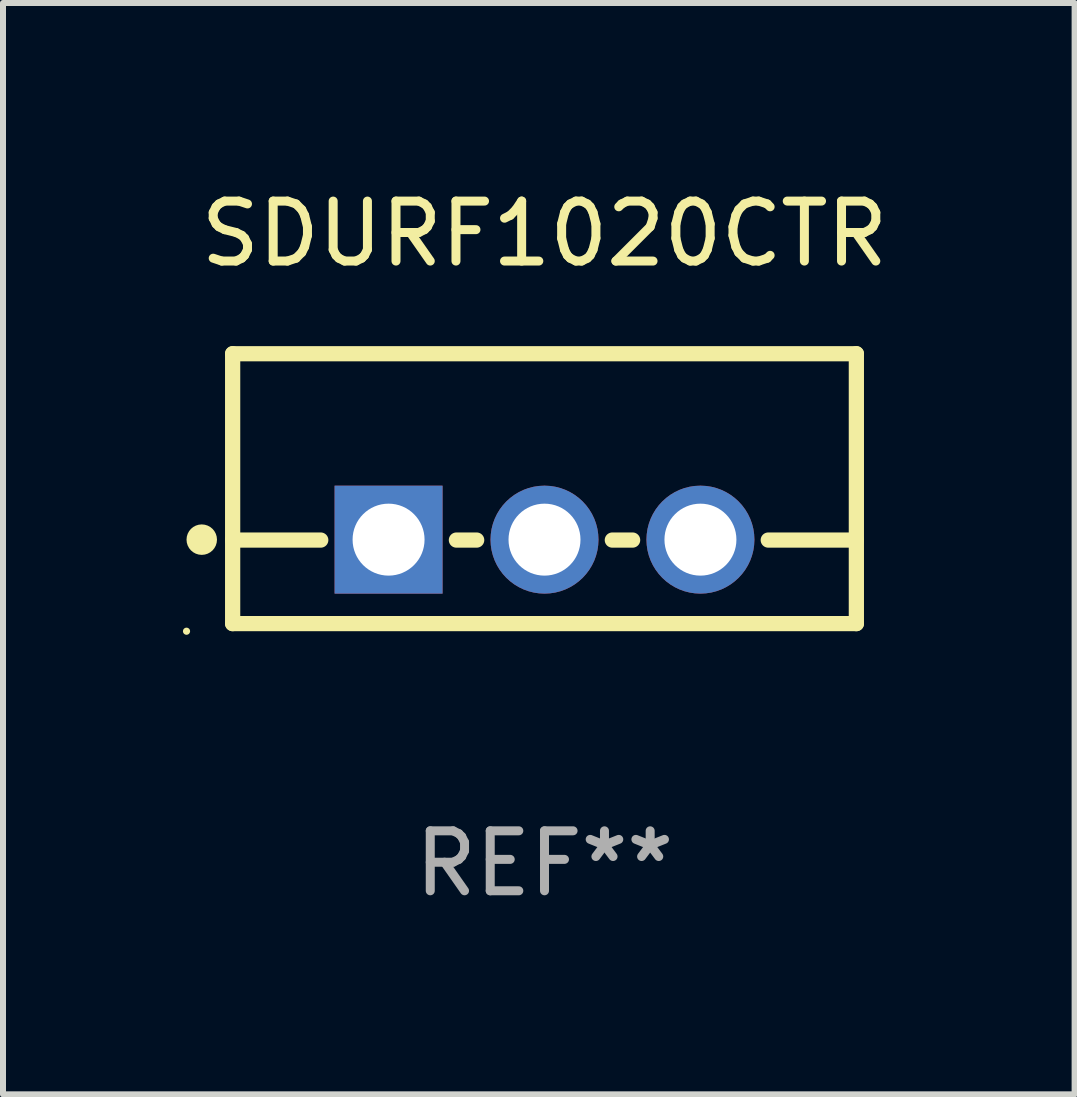
<source format=kicad_pcb>
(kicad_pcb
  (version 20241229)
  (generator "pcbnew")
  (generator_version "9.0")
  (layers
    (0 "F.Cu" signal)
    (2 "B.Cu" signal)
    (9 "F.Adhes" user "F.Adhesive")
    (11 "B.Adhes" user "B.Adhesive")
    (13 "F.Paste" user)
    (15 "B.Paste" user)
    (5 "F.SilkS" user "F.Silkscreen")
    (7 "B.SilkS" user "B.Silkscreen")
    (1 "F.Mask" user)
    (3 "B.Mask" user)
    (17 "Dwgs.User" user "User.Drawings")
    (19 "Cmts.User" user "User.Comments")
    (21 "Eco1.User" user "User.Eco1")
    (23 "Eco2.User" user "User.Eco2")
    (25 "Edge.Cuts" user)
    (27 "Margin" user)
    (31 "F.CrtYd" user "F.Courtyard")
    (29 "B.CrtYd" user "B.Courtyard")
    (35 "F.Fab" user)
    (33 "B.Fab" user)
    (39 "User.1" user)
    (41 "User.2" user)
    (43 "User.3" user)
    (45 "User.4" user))
  (footprint "SDURF1020CTR"
    (layer "F.Cu")
    (at 6.029 5.098)
    (property "Reference" "SDURF1020CTR" (at 0 -4.25 0) (layer "F.SilkS") (effects (font (size 1 1) (thickness 0.15))))
    (attr through_hole)
    (fp_line (start -5.2 -2.25) (end -5.2 2.25) (stroke (width 0.254) (type solid)) (layer "F.SilkS"))
    (fp_line (start -5.2 -2.25) (end 5.2 -2.25) (stroke (width 0.254) (type solid)) (layer "F.SilkS"))
    (fp_line (start -5.2 0.857) (end -3.731 0.857) (stroke (width 0.254) (type solid)) (layer "F.SilkS"))
    (fp_line (start -5.2 2.25) (end 5.2 2.25) (stroke (width 0.254) (type solid)) (layer "F.SilkS"))
    (fp_line (start -1.469 0.857) (end -1.131 0.857) (stroke (width 0.254) (type solid)) (layer "F.SilkS"))
    (fp_line (start 1.131 0.857) (end 1.469 0.857) (stroke (width 0.254) (type solid)) (layer "F.SilkS"))
    (fp_line (start 3.731 0.857) (end 5.2 0.857) (stroke (width 0.254) (type solid)) (layer "F.SilkS"))
    (fp_line (start 5.2 -2.25) (end 5.2 2.25) (stroke (width 0.254) (type solid)) (layer "F.SilkS"))
    (fp_circle (center -5.969 2.377) (end -5.939 2.377) (stroke (width 0.06) (type solid)) (fill no) (layer "F.SilkS"))
    (fp_circle (center -5.715 0.85) (end -5.588 0.85) (stroke (width 0.254) (type solid)) (fill no) (layer "F.SilkS"))
    (fp_text user "REF**" (at 0 6.25 0) (layer "F.Fab") (effects (font (size 1 1) (thickness 0.15))))
    (pad "1" thru_hole rect (at -2.6 0.85) (size 1.8 1.8) (drill 1.2) (layers "*.Cu" "*.Mask"))
    (pad "2" thru_hole circle (at 0 0.85) (size 1.8 1.8) (drill 1.2) (layers "*.Cu" "*.Mask"))
    (pad "3" thru_hole circle (at 2.6 0.85) (size 1.8 1.8) (drill 1.2) (layers "*.Cu" "*.Mask")))
  (gr_rect
    (start -3 -3)
    (end 14.868 15.197)
    (stroke (width 0.1) (type default))
    (fill no)
    (layer "Edge.Cuts")))
</source>
